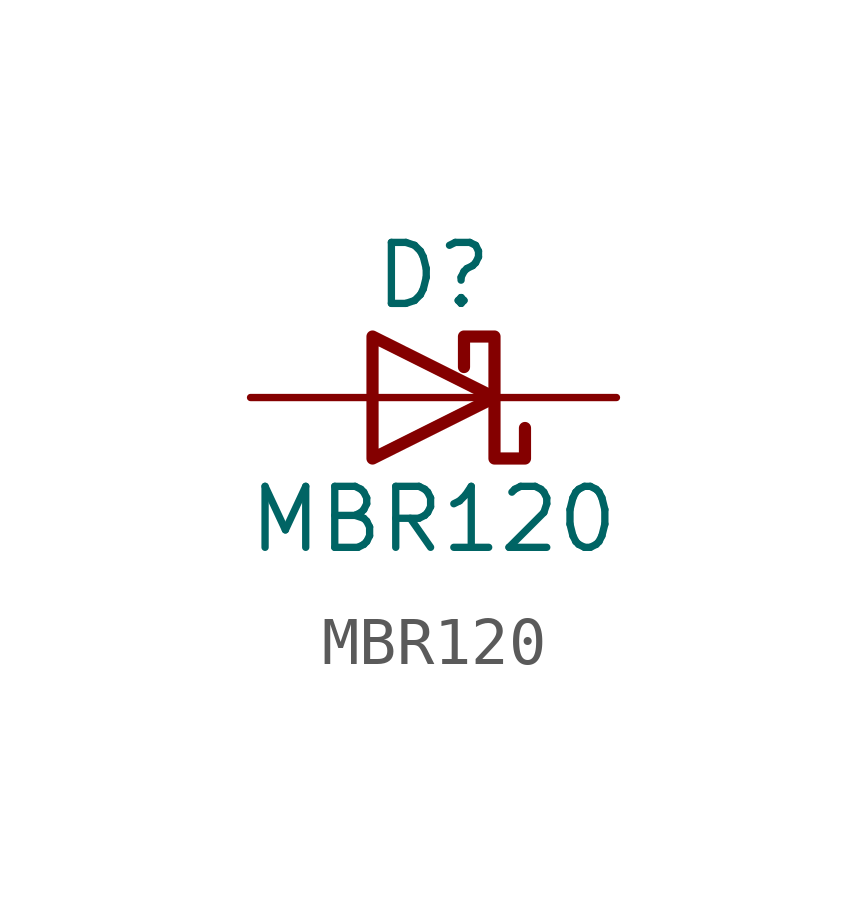
<source format=kicad_sym>
(kicad_symbol_lib
  (version 20211014)
  (generator kicad_symbol_editor)
  (symbol "MBR120"
    (pin_numbers hide)
    (pin_names
      (offset 1.016) hide)
    (property "Reference" "D"
      (at 0 2.54 0)
      (effects (font (size 1.27 1.27))))
    (property "Value" "MBR120"
      (at 0 -2.54 0)
      (effects (font (size 1.27 1.27))))
    (symbol "MBR120_0_1"
      (polyline (pts (xy -1.27 0) (xy 1.27 0)) (stroke (width 0) (type default) (color 0 0 0 0)) (fill (type none)))
      (polyline (pts (xy -1.27 -1.27) (xy -1.27 1.27) (xy 1.27 0) (xy -1.27 -1.27)) (stroke (width 0.254) (type default) (color 0 0 0 0)) (fill (type none)))
      (polyline (pts (xy 1.905 -0.635) (xy 1.905 -1.27) (xy 1.27 -1.27) (xy 1.27 1.27) (xy 0.635 1.27) (xy 0.635 0.635)) (stroke (width 0.254) (type default) (color 0 0 0 0)) (fill (type none))))
    (symbol "MBR120_1_1"
      (pin passive line (at 3.81 0 180) (length 2.54) (name "K" (effects (font (size 1.27 1.27)))) (number "1" (effects (font (size 1.27 1.27)))))
      (pin passive line (at -3.81 0 0) (length 2.54) (name "A" (effects (font (size 1.27 1.27)))) (number "2" (effects (font (size 1.27 1.27))))))))
</source>
